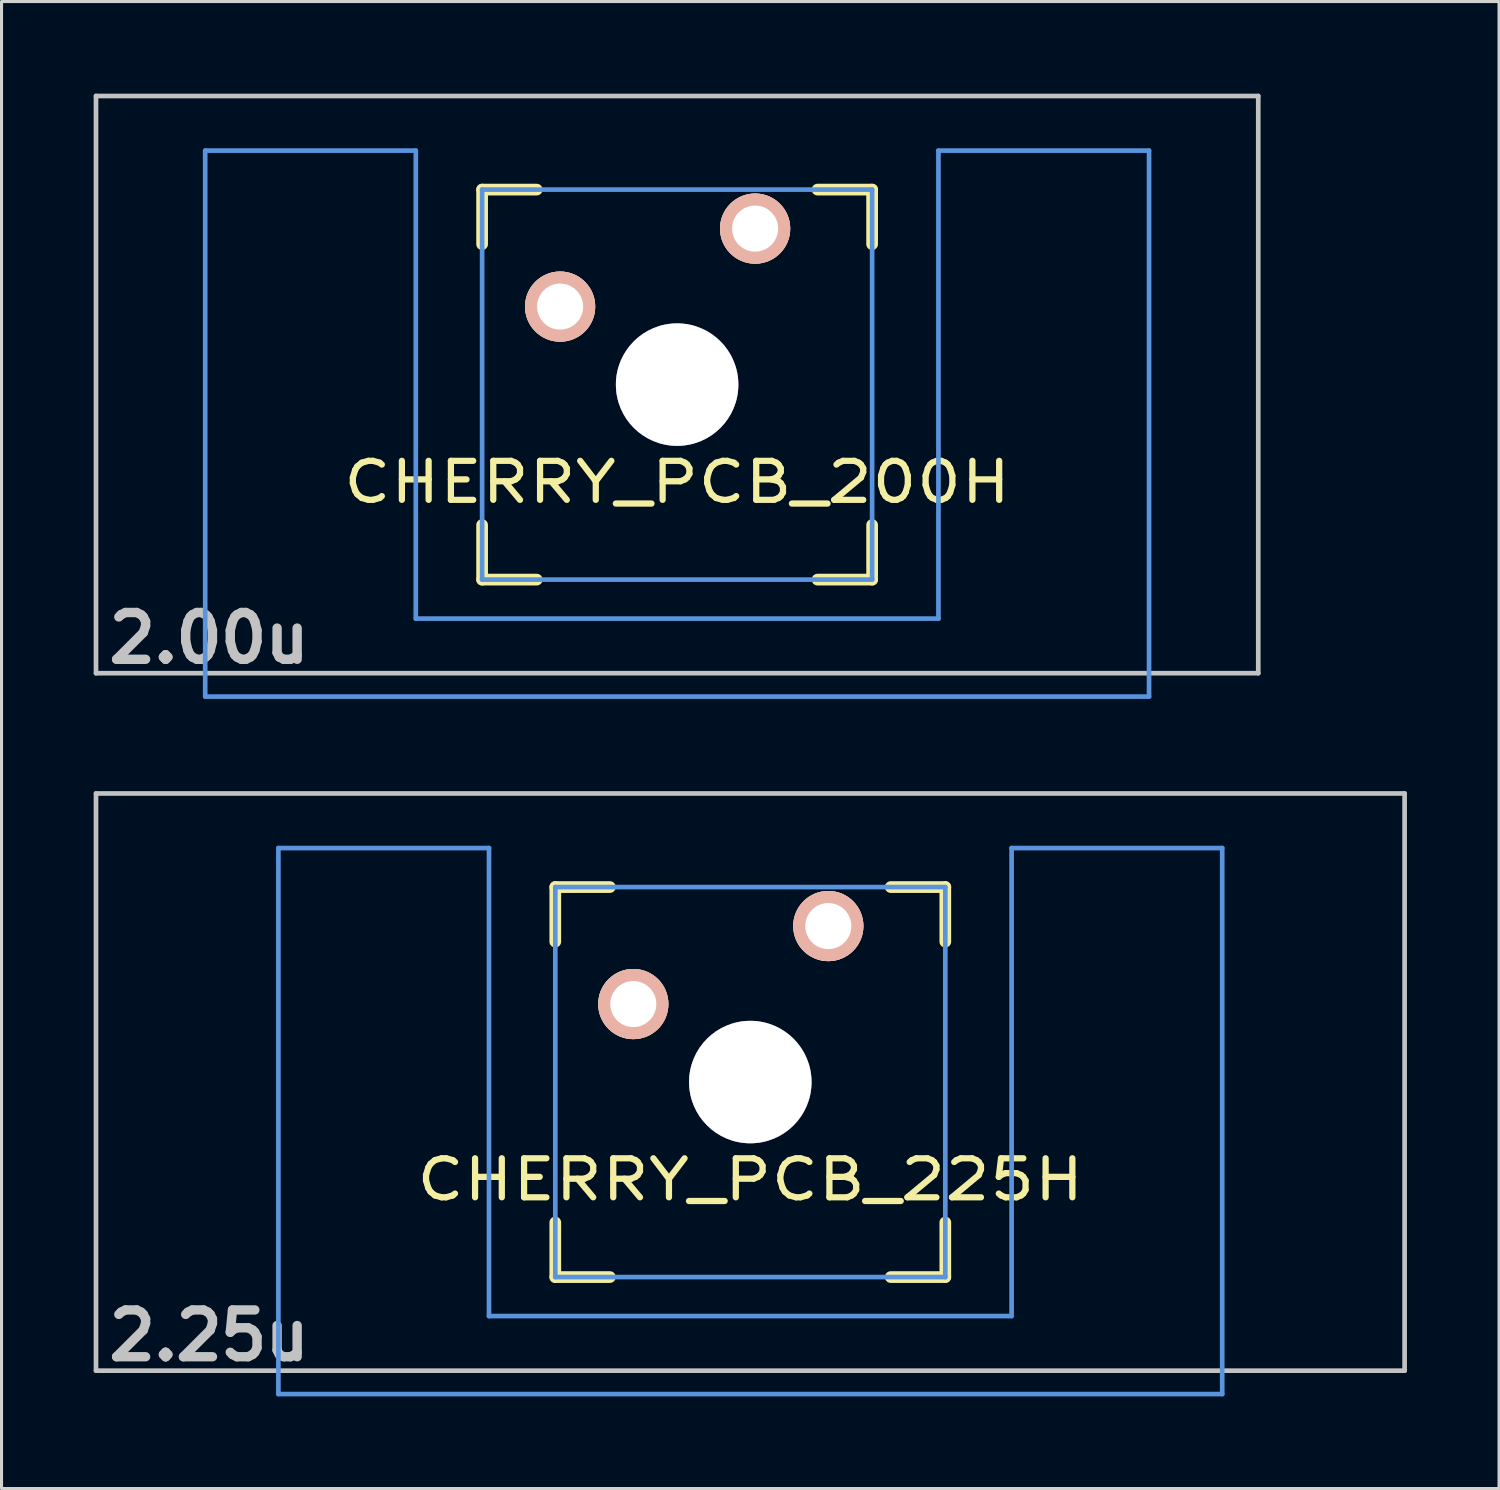
<source format=kicad_pcb>
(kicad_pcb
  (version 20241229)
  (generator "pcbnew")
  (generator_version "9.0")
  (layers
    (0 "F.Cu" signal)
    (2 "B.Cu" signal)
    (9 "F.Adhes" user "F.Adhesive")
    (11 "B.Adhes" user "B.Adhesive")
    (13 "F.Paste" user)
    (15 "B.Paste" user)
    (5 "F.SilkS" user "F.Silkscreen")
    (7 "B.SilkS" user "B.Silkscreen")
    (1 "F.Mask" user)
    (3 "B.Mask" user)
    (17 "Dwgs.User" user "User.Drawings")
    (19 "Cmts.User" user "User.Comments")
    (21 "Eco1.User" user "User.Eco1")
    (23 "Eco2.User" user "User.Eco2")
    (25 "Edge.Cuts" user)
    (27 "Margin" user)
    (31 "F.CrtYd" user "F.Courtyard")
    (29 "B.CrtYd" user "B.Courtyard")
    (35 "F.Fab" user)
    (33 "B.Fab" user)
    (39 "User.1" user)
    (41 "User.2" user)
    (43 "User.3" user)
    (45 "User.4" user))
  (footprint "CHERRY_PCB_225H"
    (layer "F.Cu")
    (at 21.382 32.185)
    (property "Reference" "CHERRY_PCB_225H" (at 0 3.175 0) (layer "F.SilkS") (effects (font (size 1.27 1.524) (thickness 0.203))))
    (attr through_hole)
    (fp_line (start -6.35 -6.35) (end -4.572 -6.35) (stroke (width 0.381) (type solid)) (layer "F.SilkS"))
    (fp_line (start -6.35 -4.572) (end -6.35 -6.35) (stroke (width 0.381) (type solid)) (layer "F.SilkS"))
    (fp_line (start -6.35 6.35) (end -6.35 4.572) (stroke (width 0.381) (type solid)) (layer "F.SilkS"))
    (fp_line (start -4.572 6.35) (end -6.35 6.35) (stroke (width 0.381) (type solid)) (layer "F.SilkS"))
    (fp_line (start 4.572 -6.35) (end 6.35 -6.35) (stroke (width 0.381) (type solid)) (layer "F.SilkS"))
    (fp_line (start 6.35 -6.35) (end 6.35 -4.572) (stroke (width 0.381) (type solid)) (layer "F.SilkS"))
    (fp_line (start 6.35 4.572) (end 6.35 6.35) (stroke (width 0.381) (type solid)) (layer "F.SilkS"))
    (fp_line (start 6.35 6.35) (end 4.572 6.35) (stroke (width 0.381) (type solid)) (layer "F.SilkS"))
    (fp_line (start -21.306 -9.398) (end 21.306 -9.398) (stroke (width 0.152) (type solid)) (layer "Dwgs.User"))
    (fp_line (start -21.306 9.398) (end -21.306 -9.398) (stroke (width 0.152) (type solid)) (layer "Dwgs.User"))
    (fp_line (start 21.306 -9.398) (end 21.306 9.398) (stroke (width 0.152) (type solid)) (layer "Dwgs.User"))
    (fp_line (start 21.306 9.398) (end -21.306 9.398) (stroke (width 0.152) (type solid)) (layer "Dwgs.User"))
    (fp_line (start -15.367 -7.62) (end -15.367 10.16) (stroke (width 0.152) (type solid)) (layer "Cmts.User"))
    (fp_line (start -15.367 10.16) (end 15.367 10.16) (stroke (width 0.152) (type solid)) (layer "Cmts.User"))
    (fp_line (start -8.509 -7.62) (end -15.367 -7.62) (stroke (width 0.152) (type solid)) (layer "Cmts.User"))
    (fp_line (start -8.509 7.62) (end -8.509 -7.62) (stroke (width 0.152) (type solid)) (layer "Cmts.User"))
    (fp_line (start -6.35 -6.35) (end 6.35 -6.35) (stroke (width 0.152) (type solid)) (layer "Cmts.User"))
    (fp_line (start -6.35 6.35) (end -6.35 -6.35) (stroke (width 0.152) (type solid)) (layer "Cmts.User"))
    (fp_line (start 6.35 -6.35) (end 6.35 6.35) (stroke (width 0.152) (type solid)) (layer "Cmts.User"))
    (fp_line (start 6.35 6.35) (end -6.35 6.35) (stroke (width 0.152) (type solid)) (layer "Cmts.User"))
    (fp_line (start 8.509 -7.62) (end 8.509 7.62) (stroke (width 0.152) (type solid)) (layer "Cmts.User"))
    (fp_line (start 8.509 7.62) (end -8.509 7.62) (stroke (width 0.152) (type solid)) (layer "Cmts.User"))
    (fp_line (start 15.367 -7.62) (end 8.509 -7.62) (stroke (width 0.152) (type solid)) (layer "Cmts.User"))
    (fp_line (start 15.367 10.16) (end 15.367 -7.62) (stroke (width 0.152) (type solid)) (layer "Cmts.User"))
    (fp_line (start -16.129 -2.286) (end -15.265 -2.286) (stroke (width 0.152) (type solid)) (layer "Eco2.User"))
    (fp_line (start -16.129 0.508) (end -16.129 -2.286) (stroke (width 0.152) (type solid)) (layer "Eco2.User"))
    (fp_line (start -15.265 -5.69) (end -8.611 -5.69) (stroke (width 0.152) (type solid)) (layer "Eco2.User"))
    (fp_line (start -15.265 -2.286) (end -15.265 -5.69) (stroke (width 0.152) (type solid)) (layer "Eco2.User"))
    (fp_line (start -15.265 0.508) (end -16.129 0.508) (stroke (width 0.152) (type solid)) (layer "Eco2.User"))
    (fp_line (start -15.265 6.604) (end -15.265 0.508) (stroke (width 0.152) (type solid)) (layer "Eco2.User"))
    (fp_line (start -14.224 6.604) (end -15.265 6.604) (stroke (width 0.152) (type solid)) (layer "Eco2.User"))
    (fp_line (start -14.224 7.772) (end -14.224 6.604) (stroke (width 0.152) (type solid)) (layer "Eco2.User"))
    (fp_line (start -9.652 6.604) (end -9.652 7.772) (stroke (width 0.152) (type solid)) (layer "Eco2.User"))
    (fp_line (start -9.652 7.772) (end -14.224 7.772) (stroke (width 0.152) (type solid)) (layer "Eco2.User"))
    (fp_line (start -8.611 -5.69) (end -8.611 -4.877) (stroke (width 0.152) (type solid)) (layer "Eco2.User"))
    (fp_line (start -8.611 -4.877) (end -6.985 -4.877) (stroke (width 0.152) (type solid)) (layer "Eco2.User"))
    (fp_line (start -8.611 5.817) (end -8.611 6.604) (stroke (width 0.152) (type solid)) (layer "Eco2.User"))
    (fp_line (start -8.611 6.604) (end -9.652 6.604) (stroke (width 0.152) (type solid)) (layer "Eco2.User"))
    (fp_line (start -6.985 -6.985) (end 6.985 -6.985) (stroke (width 0.152) (type solid)) (layer "Eco2.User"))
    (fp_line (start -6.985 -4.877) (end -6.985 -6.985) (stroke (width 0.152) (type solid)) (layer "Eco2.User"))
    (fp_line (start -6.985 5.817) (end -8.611 5.817) (stroke (width 0.152) (type solid)) (layer "Eco2.User"))
    (fp_line (start -6.985 6.985) (end -6.985 5.817) (stroke (width 0.152) (type solid)) (layer "Eco2.User"))
    (fp_line (start 6.985 -6.985) (end 6.985 -4.877) (stroke (width 0.152) (type solid)) (layer "Eco2.User"))
    (fp_line (start 6.985 -4.877) (end 8.611 -4.877) (stroke (width 0.152) (type solid)) (layer "Eco2.User"))
    (fp_line (start 6.985 5.817) (end 6.985 6.985) (stroke (width 0.152) (type solid)) (layer "Eco2.User"))
    (fp_line (start 6.985 6.985) (end -6.985 6.985) (stroke (width 0.152) (type solid)) (layer "Eco2.User"))
    (fp_line (start 8.611 -5.69) (end 15.265 -5.69) (stroke (width 0.152) (type solid)) (layer "Eco2.User"))
    (fp_line (start 8.611 -4.877) (end 8.611 -5.69) (stroke (width 0.152) (type solid)) (layer "Eco2.User"))
    (fp_line (start 8.611 5.817) (end 6.985 5.817) (stroke (width 0.152) (type solid)) (layer "Eco2.User"))
    (fp_line (start 8.611 6.604) (end 8.611 5.817) (stroke (width 0.152) (type solid)) (layer "Eco2.User"))
    (fp_line (start 9.652 6.604) (end 8.611 6.604) (stroke (width 0.152) (type solid)) (layer "Eco2.User"))
    (fp_line (start 9.652 7.772) (end 9.652 6.604) (stroke (width 0.152) (type solid)) (layer "Eco2.User"))
    (fp_line (start 14.224 6.604) (end 14.224 7.772) (stroke (width 0.152) (type solid)) (layer "Eco2.User"))
    (fp_line (start 14.224 7.772) (end 9.652 7.772) (stroke (width 0.152) (type solid)) (layer "Eco2.User"))
    (fp_line (start 15.265 -5.69) (end 15.265 -2.286) (stroke (width 0.152) (type solid)) (layer "Eco2.User"))
    (fp_line (start 15.265 -2.286) (end 16.129 -2.286) (stroke (width 0.152) (type solid)) (layer "Eco2.User"))
    (fp_line (start 15.265 0.508) (end 15.265 6.604) (stroke (width 0.152) (type solid)) (layer "Eco2.User"))
    (fp_line (start 15.265 6.604) (end 14.224 6.604) (stroke (width 0.152) (type solid)) (layer "Eco2.User"))
    (fp_line (start 16.129 -2.286) (end 16.129 0.508) (stroke (width 0.152) (type solid)) (layer "Eco2.User"))
    (fp_line (start 16.129 0.508) (end 15.265 0.508) (stroke (width 0.152) (type solid)) (layer "Eco2.User"))
    (fp_text user "2.25u" (at -17.623 8.255 0) (layer "Dwgs.User") (effects (font (size 1.524 1.524) (thickness 0.305))))
    (pad "1" thru_hole circle (at 2.54 -5.08) (size 2.286 2.286) (drill 1.499) (layers "*.Cu" "*.SilkS" "*.Mask"))
    (pad "2" thru_hole circle (at -3.81 -2.54) (size 2.286 2.286) (drill 1.499) (layers "*.Cu" "*.SilkS" "*.Mask"))
    (pad "HOLE" thru_hole circle (at 0 0) (size 3.988 3.988) (drill 3.988) (layers "*.Cu" "*.Mask")))
  (footprint "CHERRY_PCB_200H"
    (layer "F.Cu")
    (at 18.999 9.474)
    (property "Reference" "CHERRY_PCB_200H" (at 0 3.175 0) (layer "F.SilkS") (effects (font (size 1.27 1.524) (thickness 0.203))))
    (attr through_hole)
    (fp_line (start -6.35 -6.35) (end -4.572 -6.35) (stroke (width 0.381) (type solid)) (layer "F.SilkS"))
    (fp_line (start -6.35 -4.572) (end -6.35 -6.35) (stroke (width 0.381) (type solid)) (layer "F.SilkS"))
    (fp_line (start -6.35 6.35) (end -6.35 4.572) (stroke (width 0.381) (type solid)) (layer "F.SilkS"))
    (fp_line (start -4.572 6.35) (end -6.35 6.35) (stroke (width 0.381) (type solid)) (layer "F.SilkS"))
    (fp_line (start 4.572 -6.35) (end 6.35 -6.35) (stroke (width 0.381) (type solid)) (layer "F.SilkS"))
    (fp_line (start 6.35 -6.35) (end 6.35 -4.572) (stroke (width 0.381) (type solid)) (layer "F.SilkS"))
    (fp_line (start 6.35 4.572) (end 6.35 6.35) (stroke (width 0.381) (type solid)) (layer "F.SilkS"))
    (fp_line (start 6.35 6.35) (end 4.572 6.35) (stroke (width 0.381) (type solid)) (layer "F.SilkS"))
    (fp_line (start -18.923 -9.398) (end 18.923 -9.398) (stroke (width 0.152) (type solid)) (layer "Dwgs.User"))
    (fp_line (start -18.923 9.398) (end -18.923 -9.398) (stroke (width 0.152) (type solid)) (layer "Dwgs.User"))
    (fp_line (start 18.923 -9.398) (end 18.923 9.398) (stroke (width 0.152) (type solid)) (layer "Dwgs.User"))
    (fp_line (start 18.923 9.398) (end -18.923 9.398) (stroke (width 0.152) (type solid)) (layer "Dwgs.User"))
    (fp_line (start -15.367 -7.62) (end -15.367 10.16) (stroke (width 0.152) (type solid)) (layer "Cmts.User"))
    (fp_line (start -15.367 10.16) (end 15.367 10.16) (stroke (width 0.152) (type solid)) (layer "Cmts.User"))
    (fp_line (start -8.509 -7.62) (end -15.367 -7.62) (stroke (width 0.152) (type solid)) (layer "Cmts.User"))
    (fp_line (start -8.509 7.62) (end -8.509 -7.62) (stroke (width 0.152) (type solid)) (layer "Cmts.User"))
    (fp_line (start -6.35 -6.35) (end 6.35 -6.35) (stroke (width 0.152) (type solid)) (layer "Cmts.User"))
    (fp_line (start -6.35 6.35) (end -6.35 -6.35) (stroke (width 0.152) (type solid)) (layer "Cmts.User"))
    (fp_line (start 6.35 -6.35) (end 6.35 6.35) (stroke (width 0.152) (type solid)) (layer "Cmts.User"))
    (fp_line (start 6.35 6.35) (end -6.35 6.35) (stroke (width 0.152) (type solid)) (layer "Cmts.User"))
    (fp_line (start 8.509 -7.62) (end 8.509 7.62) (stroke (width 0.152) (type solid)) (layer "Cmts.User"))
    (fp_line (start 8.509 7.62) (end -8.509 7.62) (stroke (width 0.152) (type solid)) (layer "Cmts.User"))
    (fp_line (start 15.367 -7.62) (end 8.509 -7.62) (stroke (width 0.152) (type solid)) (layer "Cmts.User"))
    (fp_line (start 15.367 10.16) (end 15.367 -7.62) (stroke (width 0.152) (type solid)) (layer "Cmts.User"))
    (fp_line (start -16.129 -2.286) (end -15.265 -2.286) (stroke (width 0.152) (type solid)) (layer "Eco2.User"))
    (fp_line (start -16.129 0.508) (end -16.129 -2.286) (stroke (width 0.152) (type solid)) (layer "Eco2.User"))
    (fp_line (start -15.265 -5.69) (end -8.611 -5.69) (stroke (width 0.152) (type solid)) (layer "Eco2.User"))
    (fp_line (start -15.265 -2.286) (end -15.265 -5.69) (stroke (width 0.152) (type solid)) (layer "Eco2.User"))
    (fp_line (start -15.265 0.508) (end -16.129 0.508) (stroke (width 0.152) (type solid)) (layer "Eco2.User"))
    (fp_line (start -15.265 6.604) (end -15.265 0.508) (stroke (width 0.152) (type solid)) (layer "Eco2.User"))
    (fp_line (start -14.224 6.604) (end -15.265 6.604) (stroke (width 0.152) (type solid)) (layer "Eco2.User"))
    (fp_line (start -14.224 7.772) (end -14.224 6.604) (stroke (width 0.152) (type solid)) (layer "Eco2.User"))
    (fp_line (start -9.652 6.604) (end -9.652 7.772) (stroke (width 0.152) (type solid)) (layer "Eco2.User"))
    (fp_line (start -9.652 7.772) (end -14.224 7.772) (stroke (width 0.152) (type solid)) (layer "Eco2.User"))
    (fp_line (start -8.611 -5.69) (end -8.611 -4.877) (stroke (width 0.152) (type solid)) (layer "Eco2.User"))
    (fp_line (start -8.611 -4.877) (end -6.985 -4.877) (stroke (width 0.152) (type solid)) (layer "Eco2.User"))
    (fp_line (start -8.611 5.817) (end -8.611 6.604) (stroke (width 0.152) (type solid)) (layer "Eco2.User"))
    (fp_line (start -8.611 6.604) (end -9.652 6.604) (stroke (width 0.152) (type solid)) (layer "Eco2.User"))
    (fp_line (start -6.985 -6.985) (end 6.985 -6.985) (stroke (width 0.152) (type solid)) (layer "Eco2.User"))
    (fp_line (start -6.985 -4.877) (end -6.985 -6.985) (stroke (width 0.152) (type solid)) (layer "Eco2.User"))
    (fp_line (start -6.985 5.817) (end -8.611 5.817) (stroke (width 0.152) (type solid)) (layer "Eco2.User"))
    (fp_line (start -6.985 6.985) (end -6.985 5.817) (stroke (width 0.152) (type solid)) (layer "Eco2.User"))
    (fp_line (start 6.985 -6.985) (end 6.985 -4.877) (stroke (width 0.152) (type solid)) (layer "Eco2.User"))
    (fp_line (start 6.985 -4.877) (end 8.611 -4.877) (stroke (width 0.152) (type solid)) (layer "Eco2.User"))
    (fp_line (start 6.985 5.817) (end 6.985 6.985) (stroke (width 0.152) (type solid)) (layer "Eco2.User"))
    (fp_line (start 6.985 6.985) (end -6.985 6.985) (stroke (width 0.152) (type solid)) (layer "Eco2.User"))
    (fp_line (start 8.611 -5.69) (end 15.265 -5.69) (stroke (width 0.152) (type solid)) (layer "Eco2.User"))
    (fp_line (start 8.611 -4.877) (end 8.611 -5.69) (stroke (width 0.152) (type solid)) (layer "Eco2.User"))
    (fp_line (start 8.611 5.817) (end 6.985 5.817) (stroke (width 0.152) (type solid)) (layer "Eco2.User"))
    (fp_line (start 8.611 6.604) (end 8.611 5.817) (stroke (width 0.152) (type solid)) (layer "Eco2.User"))
    (fp_line (start 9.652 6.604) (end 8.611 6.604) (stroke (width 0.152) (type solid)) (layer "Eco2.User"))
    (fp_line (start 9.652 7.772) (end 9.652 6.604) (stroke (width 0.152) (type solid)) (layer "Eco2.User"))
    (fp_line (start 14.224 6.604) (end 14.224 7.772) (stroke (width 0.152) (type solid)) (layer "Eco2.User"))
    (fp_line (start 14.224 7.772) (end 9.652 7.772) (stroke (width 0.152) (type solid)) (layer "Eco2.User"))
    (fp_line (start 15.265 -5.69) (end 15.265 -2.286) (stroke (width 0.152) (type solid)) (layer "Eco2.User"))
    (fp_line (start 15.265 -2.286) (end 16.129 -2.286) (stroke (width 0.152) (type solid)) (layer "Eco2.User"))
    (fp_line (start 15.265 0.508) (end 15.265 6.604) (stroke (width 0.152) (type solid)) (layer "Eco2.User"))
    (fp_line (start 15.265 6.604) (end 14.224 6.604) (stroke (width 0.152) (type solid)) (layer "Eco2.User"))
    (fp_line (start 16.129 -2.286) (end 16.129 0.508) (stroke (width 0.152) (type solid)) (layer "Eco2.User"))
    (fp_line (start 16.129 0.508) (end 15.265 0.508) (stroke (width 0.152) (type solid)) (layer "Eco2.User"))
    (fp_text user "2.00u" (at -15.24 8.255 0) (layer "Dwgs.User") (effects (font (size 1.524 1.524) (thickness 0.305))))
    (pad "1" thru_hole circle (at 2.54 -5.08) (size 2.286 2.286) (drill 1.499) (layers "*.Cu" "*.SilkS" "*.Mask"))
    (pad "2" thru_hole circle (at -3.81 -2.54) (size 2.286 2.286) (drill 1.499) (layers "*.Cu" "*.SilkS" "*.Mask"))
    (pad "HOLE" thru_hole circle (at 0 0) (size 3.988 3.988) (drill 3.988) (layers "*.Cu" "*.Mask")))
  (gr_rect
    (start -3 -3)
    (end 45.763 45.421)
    (stroke (width 0.1) (type default))
    (fill no)
    (layer "Edge.Cuts")))
</source>
